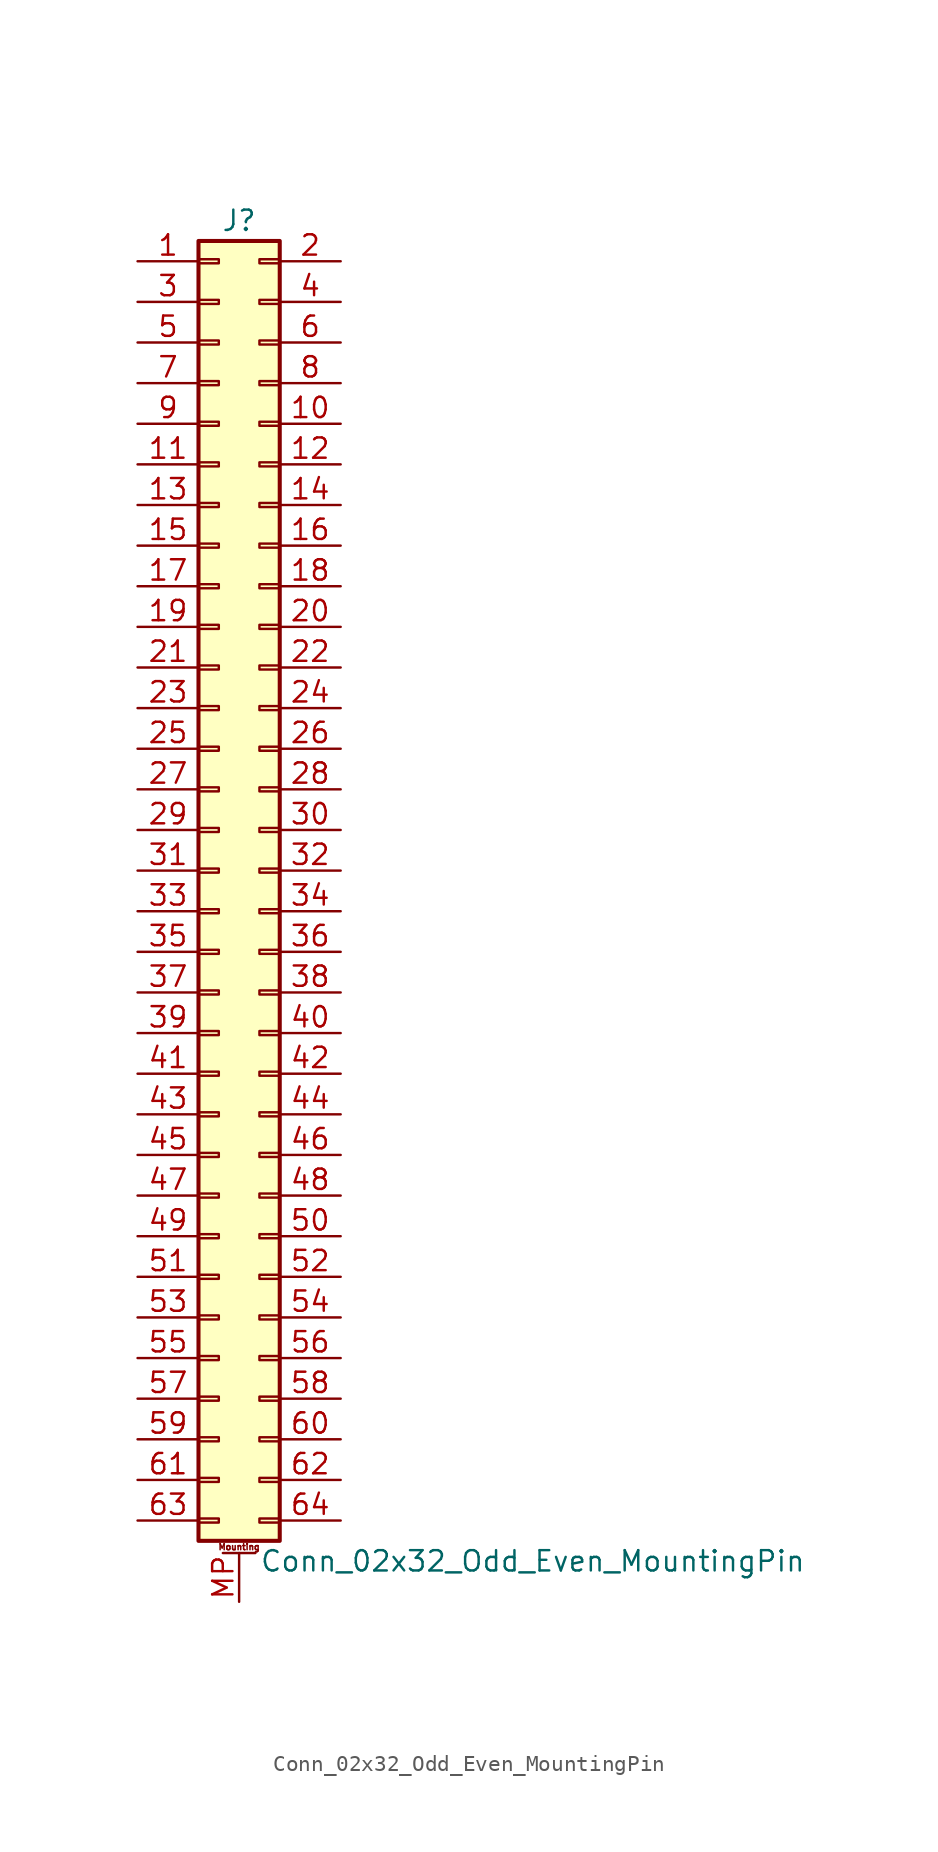
<source format=kicad_sym>
(kicad_symbol_lib
  (version 20201005)
  (generator kicad_symbol_editor)
  (symbol "Conn_02x32_Odd_Even_MountingPin"
    (pin_names
      (offset 1.016) hide)
    (property "Reference" "J"
      (at 1.27 40.64 0)
      (effects (font (size 1.27 1.27))))
    (property "Value" "Conn_02x32_Odd_Even_MountingPin"
      (at 2.54 -43.18 0)
      (effects (font (size 1.27 1.27)) (justify left)))
    (symbol "Conn_02x32_Odd_Even_MountingPin_1_1"
      (text "Mounting" (at 1.27 -42.291 0) (effects (font (size 0.381 0.381))))
      (rectangle (start -1.27 -40.513) (end 0 -40.767) (stroke (width 0.152)) (fill (type none)))
      (rectangle (start -1.27 -37.973) (end 0 -38.227) (stroke (width 0.152)) (fill (type none)))
      (rectangle (start -1.27 -35.433) (end 0 -35.687) (stroke (width 0.152)) (fill (type none)))
      (rectangle (start -1.27 -32.893) (end 0 -33.147) (stroke (width 0.152)) (fill (type none)))
      (rectangle (start -1.27 -30.353) (end 0 -30.607) (stroke (width 0.152)) (fill (type none)))
      (rectangle (start -1.27 -27.813) (end 0 -28.067) (stroke (width 0.152)) (fill (type none)))
      (rectangle (start -1.27 -25.273) (end 0 -25.527) (stroke (width 0.152)) (fill (type none)))
      (rectangle (start -1.27 -22.733) (end 0 -22.987) (stroke (width 0.152)) (fill (type none)))
      (rectangle (start -1.27 -20.193) (end 0 -20.447) (stroke (width 0.152)) (fill (type none)))
      (rectangle (start -1.27 -17.653) (end 0 -17.907) (stroke (width 0.152)) (fill (type none)))
      (rectangle (start -1.27 -15.113) (end 0 -15.367) (stroke (width 0.152)) (fill (type none)))
      (rectangle (start -1.27 -12.573) (end 0 -12.827) (stroke (width 0.152)) (fill (type none)))
      (rectangle (start -1.27 -10.033) (end 0 -10.287) (stroke (width 0.152)) (fill (type none)))
      (rectangle (start -1.27 -7.493) (end 0 -7.747) (stroke (width 0.152)) (fill (type none)))
      (rectangle (start -1.27 -4.953) (end 0 -5.207) (stroke (width 0.152)) (fill (type none)))
      (rectangle (start -1.27 -2.413) (end 0 -2.667) (stroke (width 0.152)) (fill (type none)))
      (rectangle (start -1.27 0.127) (end 0 -0.127) (stroke (width 0.152)) (fill (type none)))
      (rectangle (start -1.27 2.667) (end 0 2.413) (stroke (width 0.152)) (fill (type none)))
      (rectangle (start -1.27 5.207) (end 0 4.953) (stroke (width 0.152)) (fill (type none)))
      (rectangle (start -1.27 7.747) (end 0 7.493) (stroke (width 0.152)) (fill (type none)))
      (rectangle (start -1.27 10.287) (end 0 10.033) (stroke (width 0.152)) (fill (type none)))
      (rectangle (start -1.27 12.827) (end 0 12.573) (stroke (width 0.152)) (fill (type none)))
      (rectangle (start -1.27 15.367) (end 0 15.113) (stroke (width 0.152)) (fill (type none)))
      (rectangle (start -1.27 17.907) (end 0 17.653) (stroke (width 0.152)) (fill (type none)))
      (rectangle (start -1.27 20.447) (end 0 20.193) (stroke (width 0.152)) (fill (type none)))
      (rectangle (start -1.27 22.987) (end 0 22.733) (stroke (width 0.152)) (fill (type none)))
      (rectangle (start -1.27 25.527) (end 0 25.273) (stroke (width 0.152)) (fill (type none)))
      (rectangle (start -1.27 28.067) (end 0 27.813) (stroke (width 0.152)) (fill (type none)))
      (rectangle (start -1.27 30.607) (end 0 30.353) (stroke (width 0.152)) (fill (type none)))
      (rectangle (start -1.27 33.147) (end 0 32.893) (stroke (width 0.152)) (fill (type none)))
      (rectangle (start -1.27 35.687) (end 0 35.433) (stroke (width 0.152)) (fill (type none)))
      (rectangle (start -1.27 38.227) (end 0 37.973) (stroke (width 0.152)) (fill (type none)))
      (rectangle (start 3.81 -40.513) (end 2.54 -40.767) (stroke (width 0.152)) (fill (type none)))
      (rectangle (start 3.81 -37.973) (end 2.54 -38.227) (stroke (width 0.152)) (fill (type none)))
      (rectangle (start 3.81 -35.433) (end 2.54 -35.687) (stroke (width 0.152)) (fill (type none)))
      (rectangle (start 3.81 -32.893) (end 2.54 -33.147) (stroke (width 0.152)) (fill (type none)))
      (rectangle (start 3.81 -30.353) (end 2.54 -30.607) (stroke (width 0.152)) (fill (type none)))
      (rectangle (start 3.81 -27.813) (end 2.54 -28.067) (stroke (width 0.152)) (fill (type none)))
      (rectangle (start 3.81 -25.273) (end 2.54 -25.527) (stroke (width 0.152)) (fill (type none)))
      (rectangle (start 3.81 -22.733) (end 2.54 -22.987) (stroke (width 0.152)) (fill (type none)))
      (rectangle (start 3.81 -20.193) (end 2.54 -20.447) (stroke (width 0.152)) (fill (type none)))
      (rectangle (start 3.81 -17.653) (end 2.54 -17.907) (stroke (width 0.152)) (fill (type none)))
      (rectangle (start 3.81 -15.113) (end 2.54 -15.367) (stroke (width 0.152)) (fill (type none)))
      (rectangle (start 3.81 -12.573) (end 2.54 -12.827) (stroke (width 0.152)) (fill (type none)))
      (rectangle (start 3.81 -10.033) (end 2.54 -10.287) (stroke (width 0.152)) (fill (type none)))
      (rectangle (start 3.81 -7.493) (end 2.54 -7.747) (stroke (width 0.152)) (fill (type none)))
      (rectangle (start 3.81 -4.953) (end 2.54 -5.207) (stroke (width 0.152)) (fill (type none)))
      (rectangle (start 3.81 -2.413) (end 2.54 -2.667) (stroke (width 0.152)) (fill (type none)))
      (rectangle (start 3.81 0.127) (end 2.54 -0.127) (stroke (width 0.152)) (fill (type none)))
      (rectangle (start 3.81 2.667) (end 2.54 2.413) (stroke (width 0.152)) (fill (type none)))
      (rectangle (start 3.81 5.207) (end 2.54 4.953) (stroke (width 0.152)) (fill (type none)))
      (rectangle (start 3.81 7.747) (end 2.54 7.493) (stroke (width 0.152)) (fill (type none)))
      (rectangle (start 3.81 10.287) (end 2.54 10.033) (stroke (width 0.152)) (fill (type none)))
      (rectangle (start 3.81 12.827) (end 2.54 12.573) (stroke (width 0.152)) (fill (type none)))
      (rectangle (start 3.81 15.367) (end 2.54 15.113) (stroke (width 0.152)) (fill (type none)))
      (rectangle (start 3.81 17.907) (end 2.54 17.653) (stroke (width 0.152)) (fill (type none)))
      (rectangle (start 3.81 20.447) (end 2.54 20.193) (stroke (width 0.152)) (fill (type none)))
      (rectangle (start 3.81 22.987) (end 2.54 22.733) (stroke (width 0.152)) (fill (type none)))
      (rectangle (start 3.81 25.527) (end 2.54 25.273) (stroke (width 0.152)) (fill (type none)))
      (rectangle (start 3.81 28.067) (end 2.54 27.813) (stroke (width 0.152)) (fill (type none)))
      (rectangle (start 3.81 30.607) (end 2.54 30.353) (stroke (width 0.152)) (fill (type none)))
      (rectangle (start 3.81 33.147) (end 2.54 32.893) (stroke (width 0.152)) (fill (type none)))
      (rectangle (start 3.81 35.687) (end 2.54 35.433) (stroke (width 0.152)) (fill (type none)))
      (rectangle (start 3.81 38.227) (end 2.54 37.973) (stroke (width 0.152)) (fill (type none)))
      (rectangle (start -1.27 39.37) (end 3.81 -41.91) (stroke (width 0.254)) (fill (type background)))
      (polyline (pts (xy 0.254 -42.672) (xy 2.286 -42.672)) (stroke (width 0.152)) (fill (type none)))
      (pin passive line (at -5.08 38.1 0) (length 3.81) (name "Pin_1" (effects (font (size 1.27 1.27)))) (number "1" (effects (font (size 1.27 1.27)))))
      (pin passive line (at 7.62 27.94 180) (length 3.81) (name "Pin_10" (effects (font (size 1.27 1.27)))) (number "10" (effects (font (size 1.27 1.27)))))
      (pin passive line (at -5.08 25.4 0) (length 3.81) (name "Pin_11" (effects (font (size 1.27 1.27)))) (number "11" (effects (font (size 1.27 1.27)))))
      (pin passive line (at 7.62 25.4 180) (length 3.81) (name "Pin_12" (effects (font (size 1.27 1.27)))) (number "12" (effects (font (size 1.27 1.27)))))
      (pin passive line (at -5.08 22.86 0) (length 3.81) (name "Pin_13" (effects (font (size 1.27 1.27)))) (number "13" (effects (font (size 1.27 1.27)))))
      (pin passive line (at 7.62 22.86 180) (length 3.81) (name "Pin_14" (effects (font (size 1.27 1.27)))) (number "14" (effects (font (size 1.27 1.27)))))
      (pin passive line (at -5.08 20.32 0) (length 3.81) (name "Pin_15" (effects (font (size 1.27 1.27)))) (number "15" (effects (font (size 1.27 1.27)))))
      (pin passive line (at 7.62 20.32 180) (length 3.81) (name "Pin_16" (effects (font (size 1.27 1.27)))) (number "16" (effects (font (size 1.27 1.27)))))
      (pin passive line (at -5.08 17.78 0) (length 3.81) (name "Pin_17" (effects (font (size 1.27 1.27)))) (number "17" (effects (font (size 1.27 1.27)))))
      (pin passive line (at 7.62 17.78 180) (length 3.81) (name "Pin_18" (effects (font (size 1.27 1.27)))) (number "18" (effects (font (size 1.27 1.27)))))
      (pin passive line (at -5.08 15.24 0) (length 3.81) (name "Pin_19" (effects (font (size 1.27 1.27)))) (number "19" (effects (font (size 1.27 1.27)))))
      (pin passive line (at 7.62 38.1 180) (length 3.81) (name "Pin_2" (effects (font (size 1.27 1.27)))) (number "2" (effects (font (size 1.27 1.27)))))
      (pin passive line (at 7.62 15.24 180) (length 3.81) (name "Pin_20" (effects (font (size 1.27 1.27)))) (number "20" (effects (font (size 1.27 1.27)))))
      (pin passive line (at -5.08 12.7 0) (length 3.81) (name "Pin_21" (effects (font (size 1.27 1.27)))) (number "21" (effects (font (size 1.27 1.27)))))
      (pin passive line (at 7.62 12.7 180) (length 3.81) (name "Pin_22" (effects (font (size 1.27 1.27)))) (number "22" (effects (font (size 1.27 1.27)))))
      (pin passive line (at -5.08 10.16 0) (length 3.81) (name "Pin_23" (effects (font (size 1.27 1.27)))) (number "23" (effects (font (size 1.27 1.27)))))
      (pin passive line (at 7.62 10.16 180) (length 3.81) (name "Pin_24" (effects (font (size 1.27 1.27)))) (number "24" (effects (font (size 1.27 1.27)))))
      (pin passive line (at -5.08 7.62 0) (length 3.81) (name "Pin_25" (effects (font (size 1.27 1.27)))) (number "25" (effects (font (size 1.27 1.27)))))
      (pin passive line (at 7.62 7.62 180) (length 3.81) (name "Pin_26" (effects (font (size 1.27 1.27)))) (number "26" (effects (font (size 1.27 1.27)))))
      (pin passive line (at -5.08 5.08 0) (length 3.81) (name "Pin_27" (effects (font (size 1.27 1.27)))) (number "27" (effects (font (size 1.27 1.27)))))
      (pin passive line (at 7.62 5.08 180) (length 3.81) (name "Pin_28" (effects (font (size 1.27 1.27)))) (number "28" (effects (font (size 1.27 1.27)))))
      (pin passive line (at -5.08 2.54 0) (length 3.81) (name "Pin_29" (effects (font (size 1.27 1.27)))) (number "29" (effects (font (size 1.27 1.27)))))
      (pin passive line (at -5.08 35.56 0) (length 3.81) (name "Pin_3" (effects (font (size 1.27 1.27)))) (number "3" (effects (font (size 1.27 1.27)))))
      (pin passive line (at 7.62 2.54 180) (length 3.81) (name "Pin_30" (effects (font (size 1.27 1.27)))) (number "30" (effects (font (size 1.27 1.27)))))
      (pin passive line (at -5.08 0 0) (length 3.81) (name "Pin_31" (effects (font (size 1.27 1.27)))) (number "31" (effects (font (size 1.27 1.27)))))
      (pin passive line (at 7.62 0 180) (length 3.81) (name "Pin_32" (effects (font (size 1.27 1.27)))) (number "32" (effects (font (size 1.27 1.27)))))
      (pin passive line (at -5.08 -2.54 0) (length 3.81) (name "Pin_33" (effects (font (size 1.27 1.27)))) (number "33" (effects (font (size 1.27 1.27)))))
      (pin passive line (at 7.62 -2.54 180) (length 3.81) (name "Pin_34" (effects (font (size 1.27 1.27)))) (number "34" (effects (font (size 1.27 1.27)))))
      (pin passive line (at -5.08 -5.08 0) (length 3.81) (name "Pin_35" (effects (font (size 1.27 1.27)))) (number "35" (effects (font (size 1.27 1.27)))))
      (pin passive line (at 7.62 -5.08 180) (length 3.81) (name "Pin_36" (effects (font (size 1.27 1.27)))) (number "36" (effects (font (size 1.27 1.27)))))
      (pin passive line (at -5.08 -7.62 0) (length 3.81) (name "Pin_37" (effects (font (size 1.27 1.27)))) (number "37" (effects (font (size 1.27 1.27)))))
      (pin passive line (at 7.62 -7.62 180) (length 3.81) (name "Pin_38" (effects (font (size 1.27 1.27)))) (number "38" (effects (font (size 1.27 1.27)))))
      (pin passive line (at -5.08 -10.16 0) (length 3.81) (name "Pin_39" (effects (font (size 1.27 1.27)))) (number "39" (effects (font (size 1.27 1.27)))))
      (pin passive line (at 7.62 35.56 180) (length 3.81) (name "Pin_4" (effects (font (size 1.27 1.27)))) (number "4" (effects (font (size 1.27 1.27)))))
      (pin passive line (at 7.62 -10.16 180) (length 3.81) (name "Pin_40" (effects (font (size 1.27 1.27)))) (number "40" (effects (font (size 1.27 1.27)))))
      (pin passive line (at -5.08 -12.7 0) (length 3.81) (name "Pin_41" (effects (font (size 1.27 1.27)))) (number "41" (effects (font (size 1.27 1.27)))))
      (pin passive line (at 7.62 -12.7 180) (length 3.81) (name "Pin_42" (effects (font (size 1.27 1.27)))) (number "42" (effects (font (size 1.27 1.27)))))
      (pin passive line (at -5.08 -15.24 0) (length 3.81) (name "Pin_43" (effects (font (size 1.27 1.27)))) (number "43" (effects (font (size 1.27 1.27)))))
      (pin passive line (at 7.62 -15.24 180) (length 3.81) (name "Pin_44" (effects (font (size 1.27 1.27)))) (number "44" (effects (font (size 1.27 1.27)))))
      (pin passive line (at -5.08 -17.78 0) (length 3.81) (name "Pin_45" (effects (font (size 1.27 1.27)))) (number "45" (effects (font (size 1.27 1.27)))))
      (pin passive line (at 7.62 -17.78 180) (length 3.81) (name "Pin_46" (effects (font (size 1.27 1.27)))) (number "46" (effects (font (size 1.27 1.27)))))
      (pin passive line (at -5.08 -20.32 0) (length 3.81) (name "Pin_47" (effects (font (size 1.27 1.27)))) (number "47" (effects (font (size 1.27 1.27)))))
      (pin passive line (at 7.62 -20.32 180) (length 3.81) (name "Pin_48" (effects (font (size 1.27 1.27)))) (number "48" (effects (font (size 1.27 1.27)))))
      (pin passive line (at -5.08 -22.86 0) (length 3.81) (name "Pin_49" (effects (font (size 1.27 1.27)))) (number "49" (effects (font (size 1.27 1.27)))))
      (pin passive line (at -5.08 33.02 0) (length 3.81) (name "Pin_5" (effects (font (size 1.27 1.27)))) (number "5" (effects (font (size 1.27 1.27)))))
      (pin passive line (at 7.62 -22.86 180) (length 3.81) (name "Pin_50" (effects (font (size 1.27 1.27)))) (number "50" (effects (font (size 1.27 1.27)))))
      (pin passive line (at -5.08 -25.4 0) (length 3.81) (name "Pin_51" (effects (font (size 1.27 1.27)))) (number "51" (effects (font (size 1.27 1.27)))))
      (pin passive line (at 7.62 -25.4 180) (length 3.81) (name "Pin_52" (effects (font (size 1.27 1.27)))) (number "52" (effects (font (size 1.27 1.27)))))
      (pin passive line (at -5.08 -27.94 0) (length 3.81) (name "Pin_53" (effects (font (size 1.27 1.27)))) (number "53" (effects (font (size 1.27 1.27)))))
      (pin passive line (at 7.62 -27.94 180) (length 3.81) (name "Pin_54" (effects (font (size 1.27 1.27)))) (number "54" (effects (font (size 1.27 1.27)))))
      (pin passive line (at -5.08 -30.48 0) (length 3.81) (name "Pin_55" (effects (font (size 1.27 1.27)))) (number "55" (effects (font (size 1.27 1.27)))))
      (pin passive line (at 7.62 -30.48 180) (length 3.81) (name "Pin_56" (effects (font (size 1.27 1.27)))) (number "56" (effects (font (size 1.27 1.27)))))
      (pin passive line (at -5.08 -33.02 0) (length 3.81) (name "Pin_57" (effects (font (size 1.27 1.27)))) (number "57" (effects (font (size 1.27 1.27)))))
      (pin passive line (at 7.62 -33.02 180) (length 3.81) (name "Pin_58" (effects (font (size 1.27 1.27)))) (number "58" (effects (font (size 1.27 1.27)))))
      (pin passive line (at -5.08 -35.56 0) (length 3.81) (name "Pin_59" (effects (font (size 1.27 1.27)))) (number "59" (effects (font (size 1.27 1.27)))))
      (pin passive line (at 7.62 33.02 180) (length 3.81) (name "Pin_6" (effects (font (size 1.27 1.27)))) (number "6" (effects (font (size 1.27 1.27)))))
      (pin passive line (at 7.62 -35.56 180) (length 3.81) (name "Pin_60" (effects (font (size 1.27 1.27)))) (number "60" (effects (font (size 1.27 1.27)))))
      (pin passive line (at -5.08 -38.1 0) (length 3.81) (name "Pin_61" (effects (font (size 1.27 1.27)))) (number "61" (effects (font (size 1.27 1.27)))))
      (pin passive line (at 7.62 -38.1 180) (length 3.81) (name "Pin_62" (effects (font (size 1.27 1.27)))) (number "62" (effects (font (size 1.27 1.27)))))
      (pin passive line (at -5.08 -40.64 0) (length 3.81) (name "Pin_63" (effects (font (size 1.27 1.27)))) (number "63" (effects (font (size 1.27 1.27)))))
      (pin passive line (at 7.62 -40.64 180) (length 3.81) (name "Pin_64" (effects (font (size 1.27 1.27)))) (number "64" (effects (font (size 1.27 1.27)))))
      (pin passive line (at -5.08 30.48 0) (length 3.81) (name "Pin_7" (effects (font (size 1.27 1.27)))) (number "7" (effects (font (size 1.27 1.27)))))
      (pin passive line (at 7.62 30.48 180) (length 3.81) (name "Pin_8" (effects (font (size 1.27 1.27)))) (number "8" (effects (font (size 1.27 1.27)))))
      (pin passive line (at -5.08 27.94 0) (length 3.81) (name "Pin_9" (effects (font (size 1.27 1.27)))) (number "9" (effects (font (size 1.27 1.27)))))
      (pin passive line (at 1.27 -45.72 90) (length 3.048) (name "MountPin" (effects (font (size 1.27 1.27)))) (number "MP" (effects (font (size 1.27 1.27))))))))
</source>
